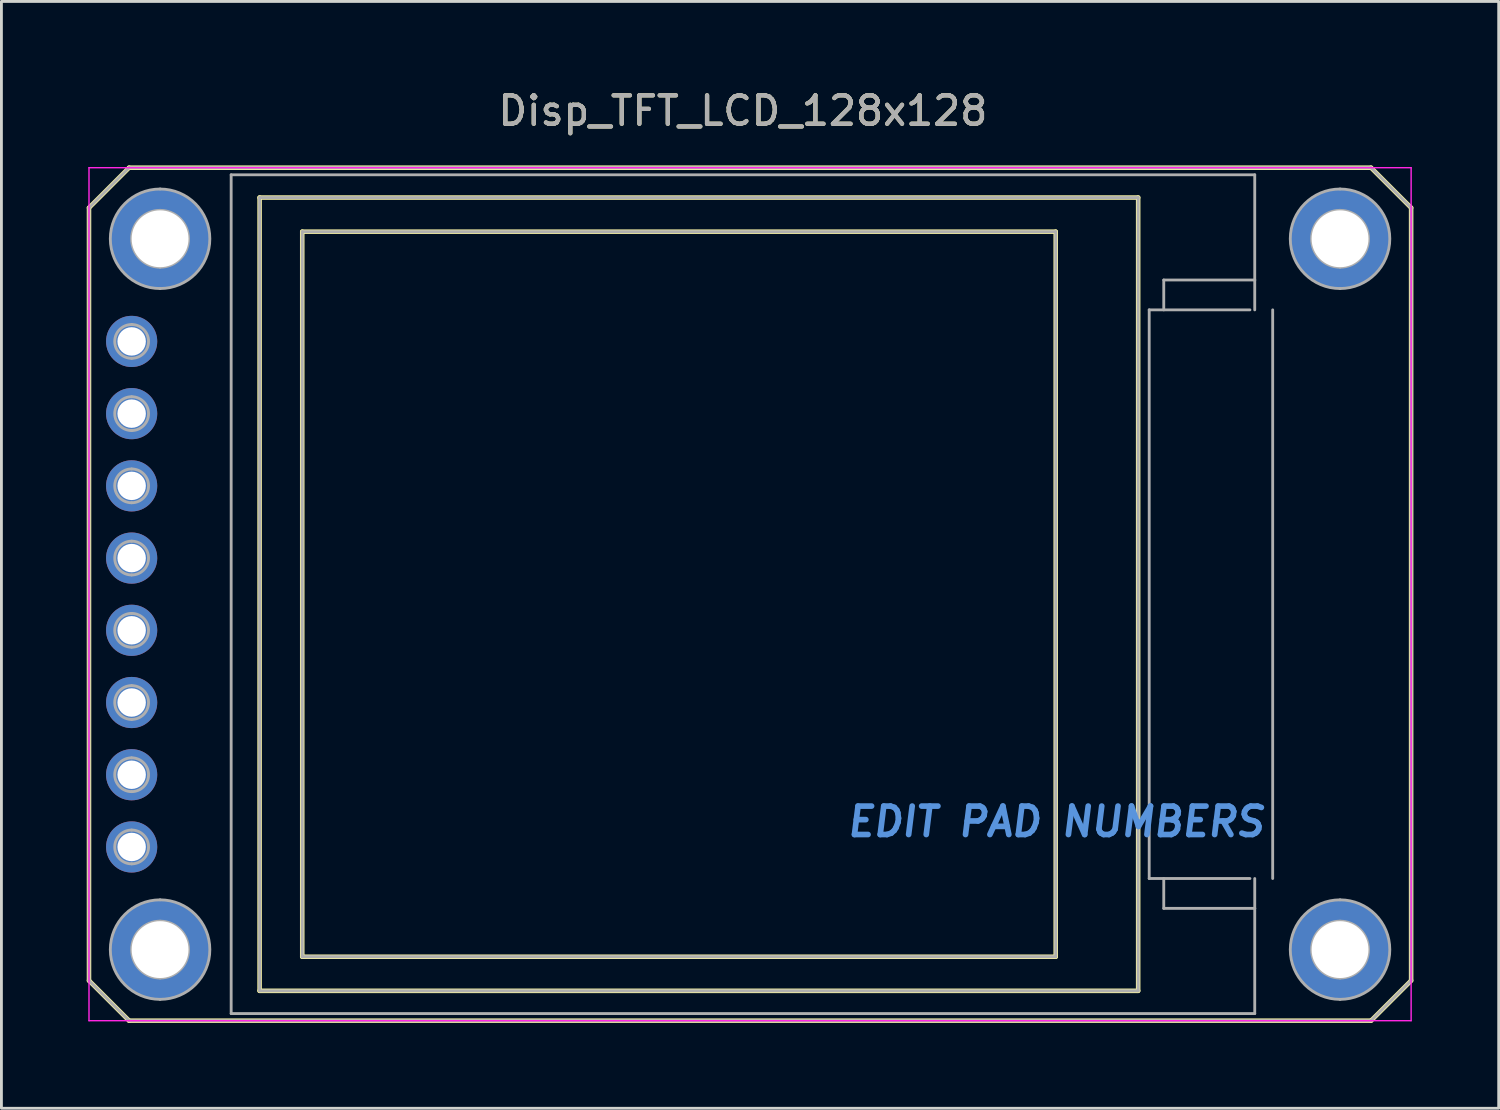
<source format=kicad_pcb>
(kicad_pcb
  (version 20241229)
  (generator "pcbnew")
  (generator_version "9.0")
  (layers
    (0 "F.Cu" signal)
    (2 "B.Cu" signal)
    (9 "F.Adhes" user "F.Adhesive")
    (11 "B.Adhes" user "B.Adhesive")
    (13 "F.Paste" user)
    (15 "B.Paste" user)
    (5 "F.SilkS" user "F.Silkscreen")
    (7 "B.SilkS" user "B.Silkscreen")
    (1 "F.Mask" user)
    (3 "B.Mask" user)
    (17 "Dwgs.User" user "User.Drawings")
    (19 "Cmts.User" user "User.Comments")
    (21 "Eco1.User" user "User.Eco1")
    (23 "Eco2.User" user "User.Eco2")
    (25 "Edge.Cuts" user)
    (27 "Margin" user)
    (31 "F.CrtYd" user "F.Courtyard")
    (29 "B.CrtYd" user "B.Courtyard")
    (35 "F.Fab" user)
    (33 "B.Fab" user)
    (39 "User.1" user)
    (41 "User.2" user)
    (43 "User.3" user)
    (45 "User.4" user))
  (footprint "Disp_TFT_LCD_128x128"
    (layer "F.Cu")
    (at 23.08 17.848)
    (property "Reference" "Disp_TFT_LCD_128x128" (at 0 -17 0) (layer "F.SilkS") (effects (font (size 1 1) (thickness 0.15))))
    (attr through_hole)
    (fp_line (start -23 -13.59) (end -23 13.59) (stroke (width 0.16) (type solid)) (layer "F.SilkS"))
    (fp_line (start -23 13.59) (end -21.59 15) (stroke (width 0.16) (type solid)) (layer "F.SilkS"))
    (fp_line (start -21.59 -15) (end -23 -13.59) (stroke (width 0.16) (type solid)) (layer "F.SilkS"))
    (fp_line (start -21.59 15) (end 22.09 15) (stroke (width 0.16) (type solid)) (layer "F.SilkS"))
    (fp_line (start -17 -13.95) (end -17 13.95) (stroke (width 0.16) (type solid)) (layer "F.SilkS"))
    (fp_line (start -17 13.95) (end 13.9 13.95) (stroke (width 0.16) (type solid)) (layer "F.SilkS"))
    (fp_line (start -15.5 -12.75) (end 11 -12.75) (stroke (width 0.16) (type solid)) (layer "F.SilkS"))
    (fp_line (start -15.5 12.75) (end -15.5 -12.75) (stroke (width 0.16) (type solid)) (layer "F.SilkS"))
    (fp_line (start 11 -12.75) (end 11 12.75) (stroke (width 0.16) (type solid)) (layer "F.SilkS"))
    (fp_line (start 11 12.75) (end -15.5 12.75) (stroke (width 0.16) (type solid)) (layer "F.SilkS"))
    (fp_line (start 13.9 -13.95) (end -17 -13.95) (stroke (width 0.16) (type solid)) (layer "F.SilkS"))
    (fp_line (start 13.9 13.95) (end 13.9 -13.95) (stroke (width 0.16) (type solid)) (layer "F.SilkS"))
    (fp_line (start 22.09 -15) (end -21.59 -15) (stroke (width 0.16) (type solid)) (layer "F.SilkS"))
    (fp_line (start 22.09 15) (end 23.5 13.59) (stroke (width 0.16) (type solid)) (layer "F.SilkS"))
    (fp_line (start 23.5 -13.59) (end 22.09 -15) (stroke (width 0.16) (type solid)) (layer "F.SilkS"))
    (fp_line (start 23.5 13.59) (end 23.5 -13.59) (stroke (width 0.16) (type solid)) (layer "F.SilkS"))
    (fp_line (start -23 -15) (end -23 15) (stroke (width 0.05) (type solid)) (layer "F.CrtYd"))
    (fp_line (start -23 15) (end 23.5 15) (stroke (width 0.05) (type solid)) (layer "F.CrtYd"))
    (fp_line (start 23.5 -15) (end -23 -15) (stroke (width 0.05) (type solid)) (layer "F.CrtYd"))
    (fp_line (start 23.5 15) (end 23.5 -15) (stroke (width 0.05) (type solid)) (layer "F.CrtYd"))
    (fp_line (start -23 -13.59) (end -23 13.59) (stroke (width 0.1) (type solid)) (layer "F.Fab"))
    (fp_line (start -23 13.59) (end -21.59 15) (stroke (width 0.1) (type solid)) (layer "F.Fab"))
    (fp_line (start -21.59 -15) (end -23 -13.59) (stroke (width 0.1) (type solid)) (layer "F.Fab"))
    (fp_line (start -21.59 15) (end 22.09 15) (stroke (width 0.1) (type solid)) (layer "F.Fab"))
    (fp_line (start -18 -14.75) (end -18 14.75) (stroke (width 0.1) (type solid)) (layer "F.Fab"))
    (fp_line (start -18 14.75) (end 18 14.75) (stroke (width 0.1) (type solid)) (layer "F.Fab"))
    (fp_line (start -17 -13.95) (end -17 13.95) (stroke (width 0.1) (type solid)) (layer "F.Fab"))
    (fp_line (start -17 13.95) (end 13.9 13.95) (stroke (width 0.1) (type solid)) (layer "F.Fab"))
    (fp_line (start -15.5 -12.75) (end 11 -12.75) (stroke (width 0.1) (type solid)) (layer "F.Fab"))
    (fp_line (start -15.5 12.75) (end -15.5 -12.75) (stroke (width 0.1) (type solid)) (layer "F.Fab"))
    (fp_line (start 11 -12.75) (end 11 12.75) (stroke (width 0.1) (type solid)) (layer "F.Fab"))
    (fp_line (start 11 12.75) (end -15.5 12.75) (stroke (width 0.1) (type solid)) (layer "F.Fab"))
    (fp_line (start 13.9 -13.95) (end -17 -13.95) (stroke (width 0.1) (type solid)) (layer "F.Fab"))
    (fp_line (start 13.9 13.95) (end 13.9 -13.95) (stroke (width 0.1) (type solid)) (layer "F.Fab"))
    (fp_line (start 14.288 -10) (end 14.288 10) (stroke (width 0.1) (type solid)) (layer "F.Fab"))
    (fp_line (start 14.288 10) (end 17.831 10) (stroke (width 0.1) (type solid)) (layer "F.Fab"))
    (fp_line (start 14.8 -10) (end 14.8 -11.05) (stroke (width 0.1) (type solid)) (layer "F.Fab"))
    (fp_line (start 14.8 11.05) (end 14.8 10) (stroke (width 0.1) (type solid)) (layer "F.Fab"))
    (fp_line (start 14.8 11.05) (end 18 11.05) (stroke (width 0.1) (type solid)) (layer "F.Fab"))
    (fp_line (start 17.831 -10) (end 14.288 -10) (stroke (width 0.1) (type solid)) (layer "F.Fab"))
    (fp_line (start 18 -14.75) (end -18 -14.75) (stroke (width 0.1) (type solid)) (layer "F.Fab"))
    (fp_line (start 18 -11.05) (end 14.8 -11.05) (stroke (width 0.1) (type solid)) (layer "F.Fab"))
    (fp_line (start 18 -11.05) (end 18 -14.75) (stroke (width 0.1) (type solid)) (layer "F.Fab"))
    (fp_line (start 18 -10) (end 18 -11.05) (stroke (width 0.1) (type solid)) (layer "F.Fab"))
    (fp_line (start 18 11.05) (end 18 10) (stroke (width 0.1) (type solid)) (layer "F.Fab"))
    (fp_line (start 18 14.75) (end 18 11.05) (stroke (width 0.1) (type solid)) (layer "F.Fab"))
    (fp_line (start 18.631 -10) (end 18.631 10) (stroke (width 0.1) (type solid)) (layer "F.Fab"))
    (fp_line (start 22.09 -15) (end -21.59 -15) (stroke (width 0.1) (type solid)) (layer "F.Fab"))
    (fp_line (start 22.09 15) (end 23.5 13.59) (stroke (width 0.1) (type solid)) (layer "F.Fab"))
    (fp_line (start 23.5 -13.59) (end 22.09 -15) (stroke (width 0.1) (type solid)) (layer "F.Fab"))
    (fp_line (start 23.5 13.59) (end 23.5 -13.59) (stroke (width 0.1) (type solid)) (layer "F.Fab"))
    (fp_arc (start -21.5 -9.48415) (mid -20.90585 -8.89) (end -21.5 -8.29585) (stroke (width 0.1) (type solid)) (layer "F.Fab"))
    (fp_arc (start -21.5 -8.29585) (mid -22.09415 -8.89) (end -21.5 -9.48415) (stroke (width 0.1) (type solid)) (layer "F.Fab"))
    (fp_arc (start -21.5 -6.94415) (mid -20.90585 -6.35) (end -21.5 -5.75585) (stroke (width 0.1) (type solid)) (layer "F.Fab"))
    (fp_arc (start -21.5 -5.75585) (mid -22.09415 -6.35) (end -21.5 -6.94415) (stroke (width 0.1) (type solid)) (layer "F.Fab"))
    (fp_arc (start -21.5 -4.40415) (mid -20.90585 -3.81) (end -21.5 -3.21585) (stroke (width 0.1) (type solid)) (layer "F.Fab"))
    (fp_arc (start -21.5 -3.21585) (mid -22.09415 -3.81) (end -21.5 -4.40415) (stroke (width 0.1) (type solid)) (layer "F.Fab"))
    (fp_arc (start -21.5 -1.86415) (mid -20.90585 -1.27) (end -21.5 -0.67585) (stroke (width 0.1) (type solid)) (layer "F.Fab"))
    (fp_arc (start -21.5 -0.67585) (mid -22.09415 -1.27) (end -21.5 -1.86415) (stroke (width 0.1) (type solid)) (layer "F.Fab"))
    (fp_arc (start -21.5 0.67585) (mid -20.90585 1.27) (end -21.5 1.86415) (stroke (width 0.1) (type solid)) (layer "F.Fab"))
    (fp_arc (start -21.5 1.86415) (mid -22.09415 1.27) (end -21.5 0.67585) (stroke (width 0.1) (type solid)) (layer "F.Fab"))
    (fp_arc (start -21.5 3.21585) (mid -20.90585 3.81) (end -21.5 4.40415) (stroke (width 0.1) (type solid)) (layer "F.Fab"))
    (fp_arc (start -21.5 4.40415) (mid -22.09415 3.81) (end -21.5 3.21585) (stroke (width 0.1) (type solid)) (layer "F.Fab"))
    (fp_arc (start -21.5 5.75585) (mid -20.90585 6.35) (end -21.5 6.94415) (stroke (width 0.1) (type solid)) (layer "F.Fab"))
    (fp_arc (start -21.5 6.94415) (mid -22.09415 6.35) (end -21.5 5.75585) (stroke (width 0.1) (type solid)) (layer "F.Fab"))
    (fp_arc (start -21.5 8.29585) (mid -20.90585 8.89) (end -21.5 9.48415) (stroke (width 0.1) (type solid)) (layer "F.Fab"))
    (fp_arc (start -21.5 9.48415) (mid -22.09415 8.89) (end -21.5 8.29585) (stroke (width 0.1) (type solid)) (layer "F.Fab"))
    (fp_arc (start -20.5 -14.25) (mid -18.75 -12.5) (end -20.5 -10.75) (stroke (width 0.1) (type solid)) (layer "F.Fab"))
    (fp_arc (start -20.5 -13.5) (mid -19.5 -12.5) (end -20.5 -11.5) (stroke (width 0.1) (type solid)) (layer "F.Fab"))
    (fp_arc (start -20.5 -11.5) (mid -21.5 -12.5) (end -20.5 -13.5) (stroke (width 0.1) (type solid)) (layer "F.Fab"))
    (fp_arc (start -20.5 -10.75) (mid -22.25 -12.5) (end -20.5 -14.25) (stroke (width 0.1) (type solid)) (layer "F.Fab"))
    (fp_arc (start -20.5 10.75) (mid -18.75 12.5) (end -20.5 14.25) (stroke (width 0.1) (type solid)) (layer "F.Fab"))
    (fp_arc (start -20.5 11.5) (mid -19.5 12.5) (end -20.5 13.5) (stroke (width 0.1) (type solid)) (layer "F.Fab"))
    (fp_arc (start -20.5 13.5) (mid -21.5 12.5) (end -20.5 11.5) (stroke (width 0.1) (type solid)) (layer "F.Fab"))
    (fp_arc (start -20.5 14.25) (mid -22.25 12.5) (end -20.5 10.75) (stroke (width 0.1) (type solid)) (layer "F.Fab"))
    (fp_arc (start 21 -14.25) (mid 22.75 -12.5) (end 21 -10.75) (stroke (width 0.1) (type solid)) (layer "F.Fab"))
    (fp_arc (start 21 -13.5) (mid 22 -12.5) (end 21 -11.5) (stroke (width 0.1) (type solid)) (layer "F.Fab"))
    (fp_arc (start 21 -11.5) (mid 20 -12.5) (end 21 -13.5) (stroke (width 0.1) (type solid)) (layer "F.Fab"))
    (fp_arc (start 21 -10.75) (mid 19.25 -12.5) (end 21 -14.25) (stroke (width 0.1) (type solid)) (layer "F.Fab"))
    (fp_arc (start 21 10.75) (mid 22.75 12.5) (end 21 14.25) (stroke (width 0.1) (type solid)) (layer "F.Fab"))
    (fp_arc (start 21 11.5) (mid 22 12.5) (end 21 13.5) (stroke (width 0.1) (type solid)) (layer "F.Fab"))
    (fp_arc (start 21 13.5) (mid 20 12.5) (end 21 11.5) (stroke (width 0.1) (type solid)) (layer "F.Fab"))
    (fp_arc (start 21 14.25) (mid 19.25 12.5) (end 21 10.75) (stroke (width 0.1) (type solid)) (layer "F.Fab"))
    (fp_text user "EDIT PAD NUMBERS" (at 11 8 0) (layer "Cmts.User") (effects (font (size 1 1) (thickness 0.2) (italic yes))))
    (fp_text user "${REFERENCE}" (at 0 -17 0) (layer "F.Fab") (effects (font (size 1 1) (thickness 0.15))))
    (pad "#" thru_hole circle (at -21.5 -8.89) (size 1.8 1.8) (drill 1) (layers "*.Cu" "*.Mask"))
    (pad "#" thru_hole circle (at -21.5 -6.35) (size 1.8 1.8) (drill 1) (layers "*.Cu" "*.Mask"))
    (pad "#" thru_hole circle (at -21.5 -3.81) (size 1.8 1.8) (drill 1) (layers "*.Cu" "*.Mask"))
    (pad "#" thru_hole circle (at -21.5 -1.27) (size 1.8 1.8) (drill 1) (layers "*.Cu" "*.Mask"))
    (pad "#" thru_hole circle (at -21.5 1.27) (size 1.8 1.8) (drill 1) (layers "*.Cu" "*.Mask"))
    (pad "#" thru_hole circle (at -21.5 3.81) (size 1.8 1.8) (drill 1) (layers "*.Cu" "*.Mask"))
    (pad "#" thru_hole circle (at -21.5 6.35) (size 1.8 1.8) (drill 1) (layers "*.Cu" "*.Mask"))
    (pad "#" thru_hole circle (at -21.5 8.89) (size 1.8 1.8) (drill 1) (layers "*.Cu" "*.Mask"))
    (pad "#" thru_hole circle (at -20.5 -12.5) (size 3.5 3.5) (drill 2) (layers "*.Cu" "*.Mask"))
    (pad "#" thru_hole circle (at -20.5 12.5) (size 3.5 3.5) (drill 2) (layers "*.Cu" "*.Mask"))
    (pad "#" thru_hole circle (at 21 -12.5) (size 3.5 3.5) (drill 2) (layers "*.Cu" "*.Mask"))
    (pad "#" thru_hole circle (at 21 12.5) (size 3.5 3.5) (drill 2) (layers "*.Cu" "*.Mask")))
  (gr_rect
    (start -3 -3)
    (end 49.66 35.928)
    (stroke (width 0.1) (type default))
    (fill no)
    (layer "Edge.Cuts")))
</source>
